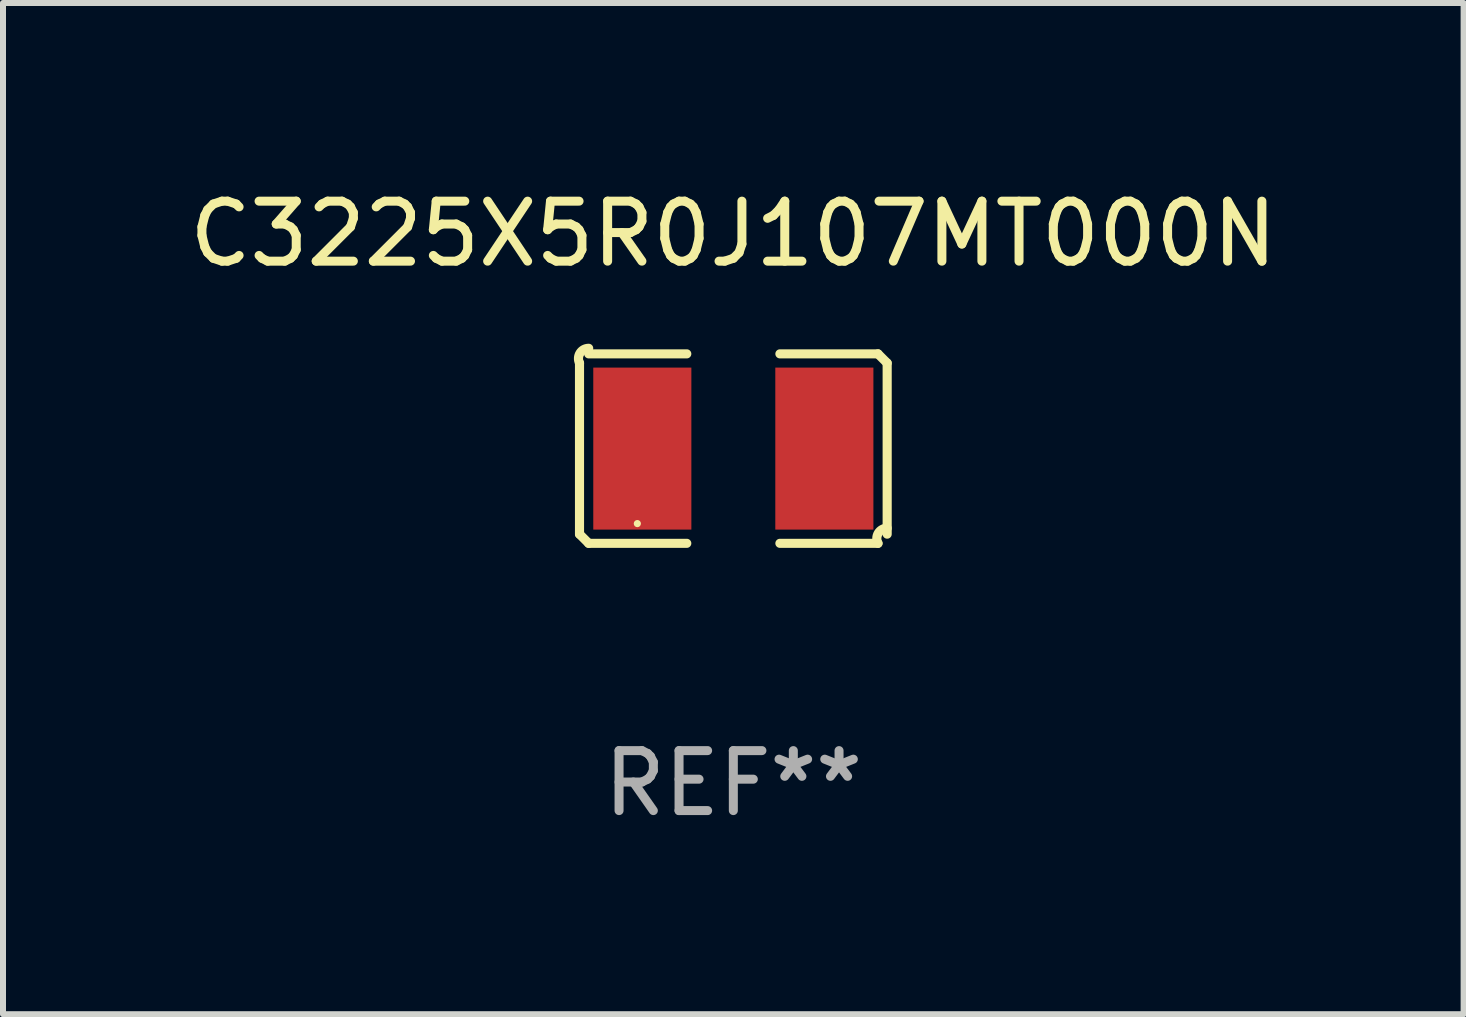
<source format=kicad_pcb>
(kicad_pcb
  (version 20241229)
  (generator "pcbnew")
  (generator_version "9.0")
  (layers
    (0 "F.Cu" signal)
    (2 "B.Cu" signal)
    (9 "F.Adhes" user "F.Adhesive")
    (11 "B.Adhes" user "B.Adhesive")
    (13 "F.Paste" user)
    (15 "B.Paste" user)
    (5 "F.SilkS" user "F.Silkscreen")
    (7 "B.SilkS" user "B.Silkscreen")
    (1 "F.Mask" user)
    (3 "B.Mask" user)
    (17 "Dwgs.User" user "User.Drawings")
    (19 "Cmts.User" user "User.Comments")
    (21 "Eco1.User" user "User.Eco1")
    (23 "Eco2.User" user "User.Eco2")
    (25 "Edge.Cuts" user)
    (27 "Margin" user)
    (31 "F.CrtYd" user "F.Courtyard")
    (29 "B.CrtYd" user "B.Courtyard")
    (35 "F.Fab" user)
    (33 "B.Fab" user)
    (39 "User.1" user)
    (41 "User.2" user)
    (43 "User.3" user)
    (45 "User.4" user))
  (footprint "C3225X5R0J107MT000N"
    (layer "F.Cu")
    (at 9.173 4.427)
    (property "Reference" "C3225X5R0J107MT000N" (at 0 -3.579 0) (layer "F.SilkS") (effects (font (size 1 1) (thickness 0.15))))
    (attr through_hole)
    (fp_line (start -2.564 1.426) (end -2.564 -1.426) (stroke (width 0.152) (type solid)) (layer "F.SilkS"))
    (fp_line (start -2.411 -1.579) (end -0.776 -1.579) (stroke (width 0.152) (type solid)) (layer "F.SilkS"))
    (fp_line (start -0.776 1.579) (end -2.411 1.579) (stroke (width 0.152) (type solid)) (layer "F.SilkS"))
    (fp_line (start 0.776 1.579) (end 2.411 1.579) (stroke (width 0.152) (type solid)) (layer "F.SilkS"))
    (fp_line (start 2.411 -1.579) (end 0.776 -1.579) (stroke (width 0.152) (type solid)) (layer "F.SilkS"))
    (fp_line (start 2.564 1.426) (end 2.564 -1.426) (stroke (width 0.152) (type solid)) (layer "F.SilkS"))
    (fp_arc (start -2.563602 -1.426213) (mid -2.555597 -1.591233) (end -2.411201 -1.671518) (stroke (width 0.1524) (type solid)) (layer "F.SilkS"))
    (fp_arc (start -2.5636 1.426214) (mid -2.487389 1.502402) (end -2.411201 1.578613) (stroke (width 0.1524) (type solid)) (layer "F.SilkS"))
    (fp_arc (start 2.411197 -1.578618) (mid 2.487403 -1.502419) (end 2.563602 -1.426213) (stroke (width 0.1524) (type solid)) (layer "F.SilkS"))
    (fp_arc (start 2.411201 1.578613) (mid 2.416214 1.409455) (end 2.563602 1.32629) (stroke (width 0.1524) (type solid)) (layer "F.SilkS"))
    (fp_circle (center -1.6 1.25) (end -1.57 1.25) (stroke (width 0.06) (type solid)) (fill no) (layer "F.SilkS"))
    (fp_text user "REF**" (at 0 5.579 0) (layer "F.Fab") (effects (font (size 1 1) (thickness 0.15))))
    (pad "1" smd rect (at -1.517 0) (size 1.635 2.7) (layers "F.Cu" "F.Mask" "F.Paste"))
    (pad "2" smd rect (at 1.517 0) (size 1.635 2.7) (layers "F.Cu" "F.Mask" "F.Paste")))
  (gr_rect
    (start -3 -3)
    (end 21.345 13.854)
    (stroke (width 0.1) (type default))
    (fill no)
    (layer "Edge.Cuts")))
</source>
